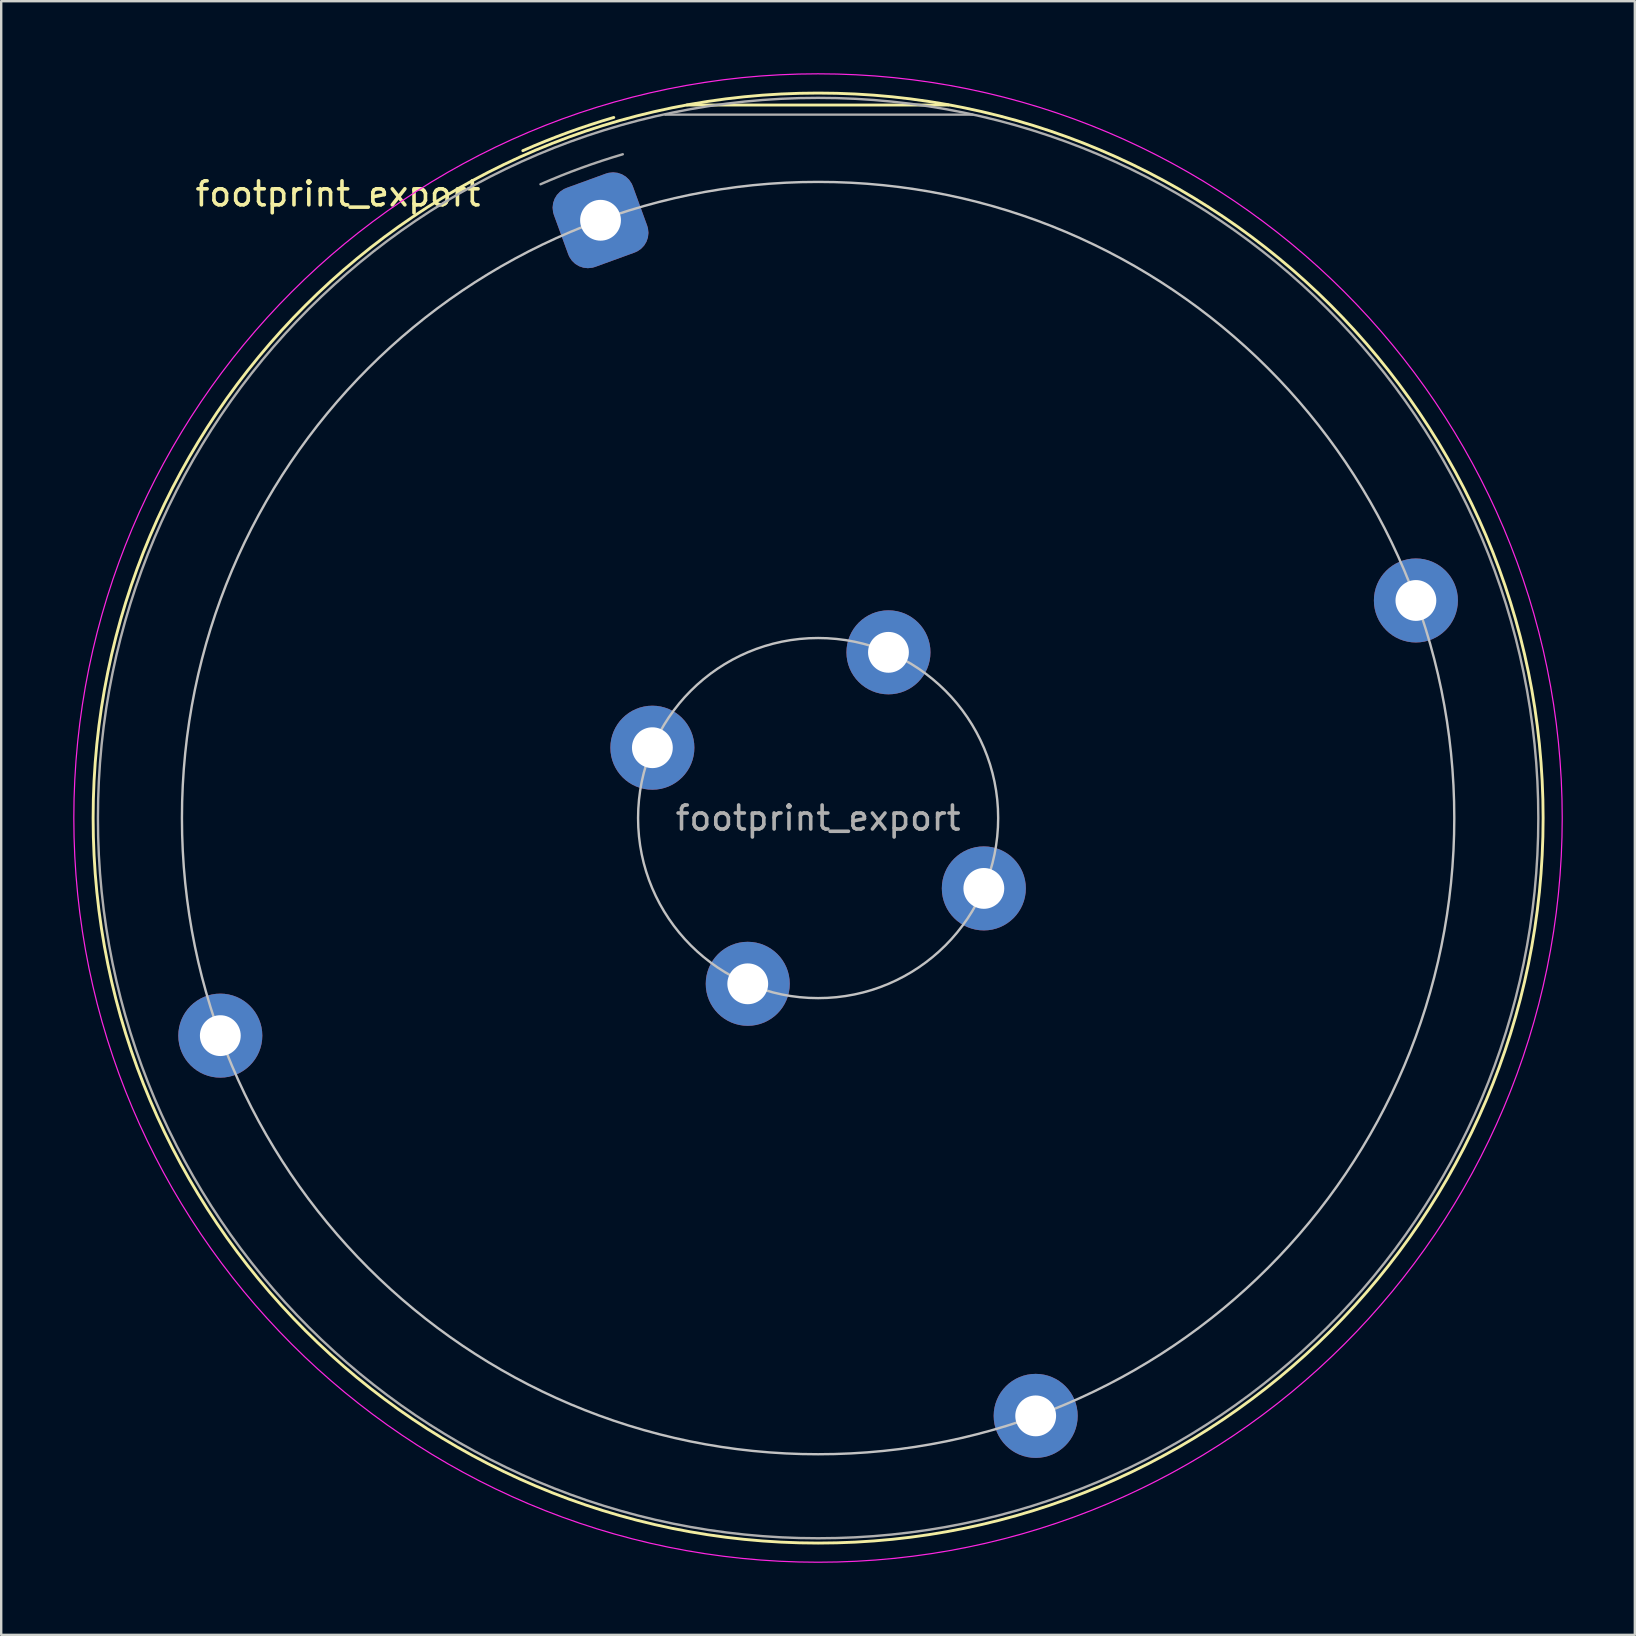
<source format=kicad_pcb>
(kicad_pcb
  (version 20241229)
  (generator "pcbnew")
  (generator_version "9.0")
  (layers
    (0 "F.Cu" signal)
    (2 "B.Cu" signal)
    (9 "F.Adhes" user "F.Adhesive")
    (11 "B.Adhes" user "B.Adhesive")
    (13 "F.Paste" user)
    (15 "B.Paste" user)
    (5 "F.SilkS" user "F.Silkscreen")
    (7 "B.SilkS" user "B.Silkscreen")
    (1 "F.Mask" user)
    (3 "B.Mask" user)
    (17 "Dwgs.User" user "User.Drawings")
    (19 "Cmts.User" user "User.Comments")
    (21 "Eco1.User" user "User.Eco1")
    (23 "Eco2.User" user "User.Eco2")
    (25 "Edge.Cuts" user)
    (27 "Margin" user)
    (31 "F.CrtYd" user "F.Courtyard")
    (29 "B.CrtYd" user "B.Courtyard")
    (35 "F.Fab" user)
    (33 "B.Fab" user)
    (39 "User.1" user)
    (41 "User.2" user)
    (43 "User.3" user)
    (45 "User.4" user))
  (footprint "footprint_export"
    (layer "F.Cu")
    (at 21.965 6.125)
    (property "Reference" "footprint_export" (at -10.936 -1.098 0) (layer "F.SilkS") (effects (font (size 1 1) (thickness 0.15))))
    (attr through_hole)
    (fp_line (start 3.6 -4.8) (end 14.5 -4.8) (stroke (width 0.12) (type default)) (layer "F.SilkS"))
    (fp_arc (start -3.236466 -2.898145) (mid -1.365365 -3.652796) (end 0.551672 -4.281672) (stroke (width 0.12) (type default)) (layer "F.SilkS"))
    (fp_circle (center 9.064 24.902) (end 39.264 24.902) (stroke (width 0.12) (type default)) (fill no) (layer "F.SilkS"))
    (fp_circle (center 9.064 24.902) (end 16.564 24.902) (stroke (width 0.1) (type default)) (fill no) (layer "Dwgs.User"))
    (fp_circle (center 9.064 24.902) (end 35.564 24.902) (stroke (width 0.1) (type default)) (fill no) (layer "Dwgs.User"))
    (fp_circle (center 9.06 24.9) (end 40.06 24.9) (stroke (width 0.05) (type default)) (fill no) (layer "F.CrtYd"))
    (fp_line (start 15.5 -4.4) (end 2.7 -4.4) (stroke (width 0.1) (type default)) (layer "F.Fab"))
    (fp_arc (start -2.5 -1.499999) (mid -0.806401 -2.178721) (end 0.926747 -2.74893) (stroke (width 0.1) (type default)) (layer "F.Fab"))
    (fp_circle (center 9.064 24.902) (end 39.064 24.902) (stroke (width 0.1) (type default)) (fill no) (layer "F.Fab"))
    (fp_text user "${REFERENCE}" (at 9.064 24.902 0) (layer "F.Fab") (effects (font (size 1 1) (thickness 0.15))))
    (pad "1" thru_hole roundrect (at 0 0 20) (size 3.5 3.5) (drill 1.7) (layers "*.Cu" "*.Mask") (roundrect_rratio 0.25))
    (pad "2" thru_hole circle (at -15.838 33.965 20) (size 3.5 3.5) (drill 1.7) (layers "*.Cu" "*.Mask"))
    (pad "3" thru_hole circle (at 18.127 49.804 20) (size 3.5 3.5) (drill 1.7) (layers "*.Cu" "*.Mask"))
    (pad "4" thru_hole circle (at 33.965 15.838 20) (size 3.5 3.5) (drill 1.7) (layers "*.Cu" "*.Mask"))
    (pad "5" thru_hole circle (at 2.16 21.971 357) (size 3.5 3.5) (drill 1.7) (layers "*.Cu" "*.Mask"))
    (pad "6" thru_hole circle (at 6.133 31.806 357) (size 3.5 3.5) (drill 1.7) (layers "*.Cu" "*.Mask"))
    (pad "7" thru_hole circle (at 15.967 27.832 357) (size 3.5 3.5) (drill 1.7) (layers "*.Cu" "*.Mask"))
    (pad "8" thru_hole circle (at 11.994 17.998 357) (size 3.5 3.5) (drill 1.7) (layers "*.Cu" "*.Mask")))
  (gr_rect
    (start -3 -3)
    (end 65.05 65.05)
    (stroke (width 0.1) (type default))
    (fill no)
    (layer "Edge.Cuts")))
</source>
